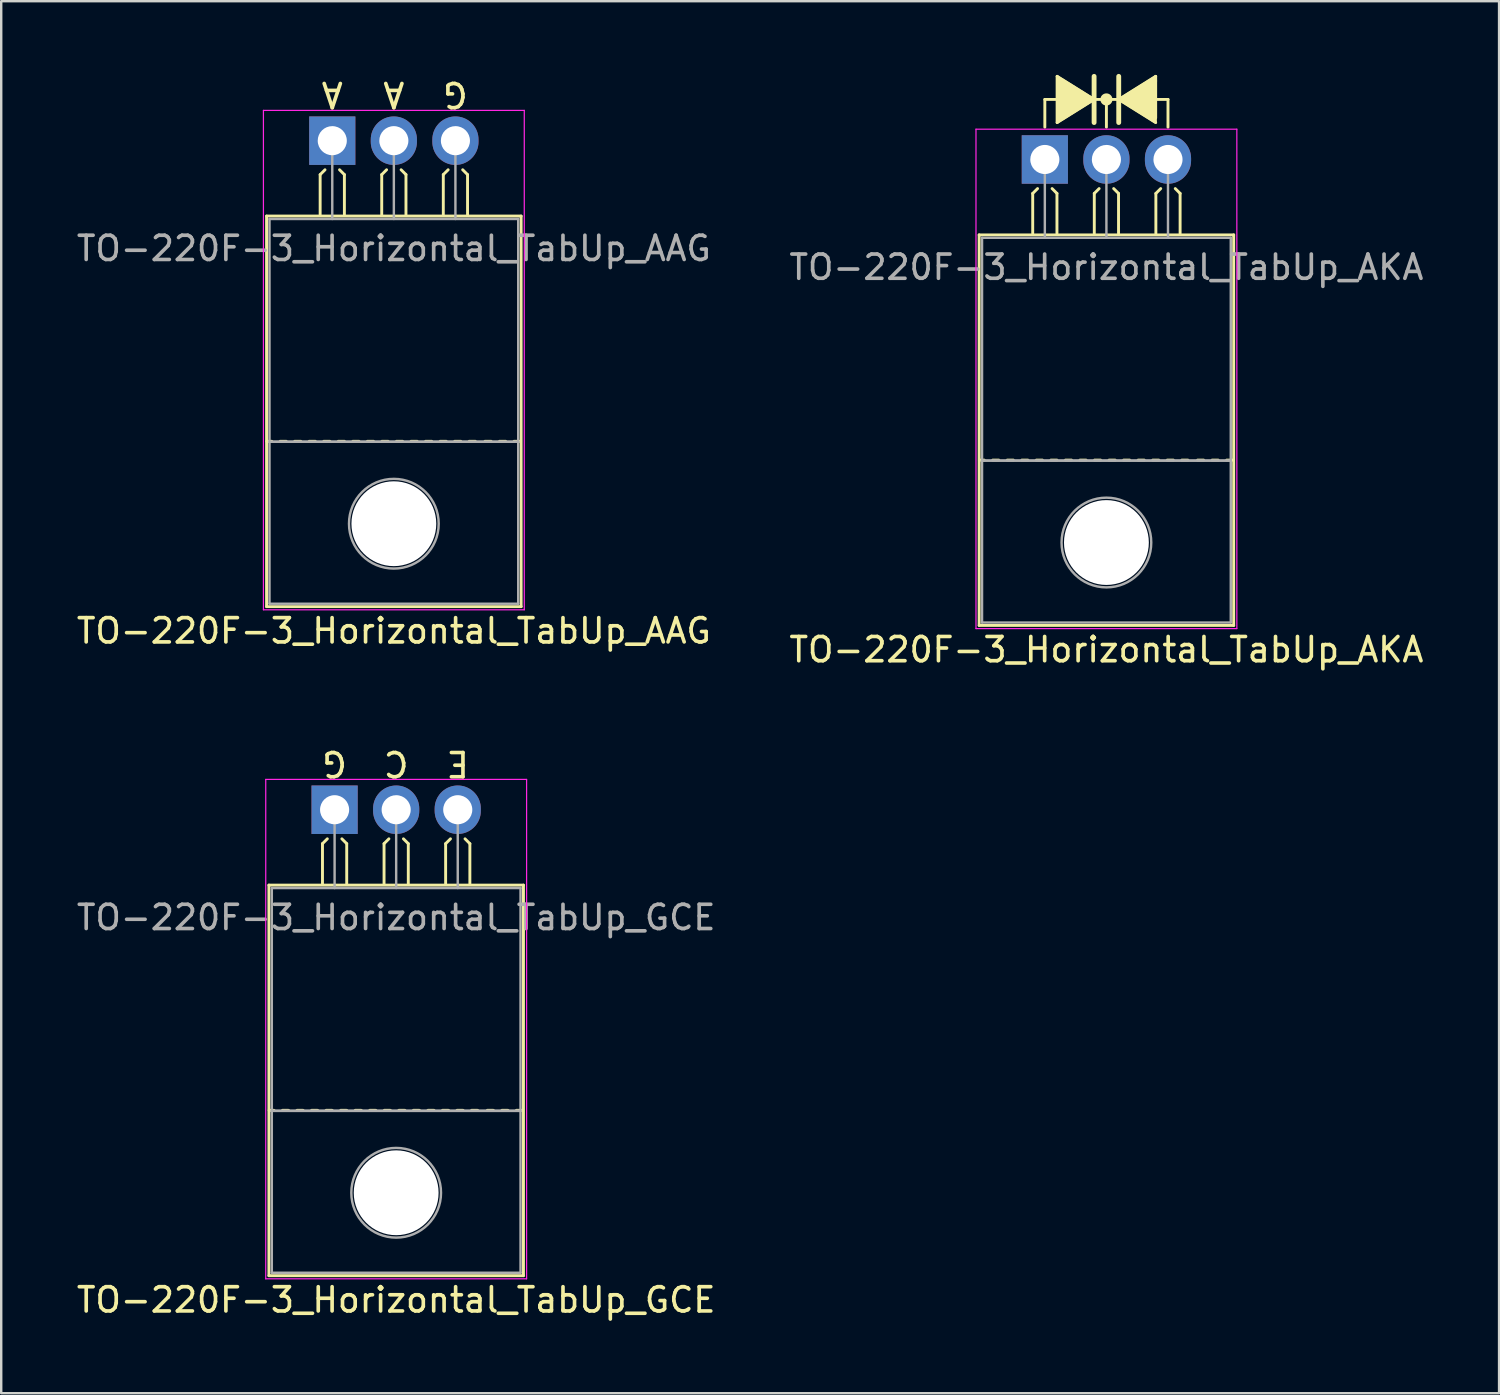
<source format=kicad_pcb>
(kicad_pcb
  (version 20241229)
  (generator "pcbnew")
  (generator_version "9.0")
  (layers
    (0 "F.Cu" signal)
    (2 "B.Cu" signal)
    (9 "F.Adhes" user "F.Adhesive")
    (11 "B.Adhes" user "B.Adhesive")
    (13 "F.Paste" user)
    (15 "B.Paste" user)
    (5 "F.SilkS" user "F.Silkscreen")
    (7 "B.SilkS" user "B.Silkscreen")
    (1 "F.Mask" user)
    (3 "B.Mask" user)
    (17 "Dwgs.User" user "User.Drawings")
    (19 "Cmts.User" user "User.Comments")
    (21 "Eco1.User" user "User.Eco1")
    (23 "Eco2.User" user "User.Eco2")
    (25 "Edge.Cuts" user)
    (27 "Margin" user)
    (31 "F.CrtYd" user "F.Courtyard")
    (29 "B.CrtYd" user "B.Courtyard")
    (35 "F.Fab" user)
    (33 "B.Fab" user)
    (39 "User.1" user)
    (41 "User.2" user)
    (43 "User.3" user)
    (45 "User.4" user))
  (footprint "TO-220F-3_Horizontal_TabUp_AAG"
    (layer "F.Cu")
    (at 10.656 2.753)
    (property "Reference" "TO-220F-3_Horizontal_TabUp_AAG" (at 2.54 20.22 0) (layer "F.SilkS") (effects (font (size 1 1) (thickness 0.15))))
    (fp_line (start -2.71 19.22) (end -2.71 3.11) (stroke (width 0.12) (type solid)) (layer "F.SilkS"))
    (fp_line (start -2.5 12.4) (end -2.7 12.4) (stroke (width 0.12) (type solid)) (layer "F.SilkS"))
    (fp_line (start -1.9 12.4) (end -2.15 12.4) (stroke (width 0.12) (type solid)) (layer "F.SilkS"))
    (fp_line (start -1.3 12.4) (end -1.55 12.4) (stroke (width 0.12) (type solid)) (layer "F.SilkS"))
    (fp_line (start -0.7 12.4) (end -0.95 12.4) (stroke (width 0.12) (type solid)) (layer "F.SilkS"))
    (fp_line (start -0.5 1.4) (end -0.3 1.2) (stroke (width 0.12) (type solid)) (layer "F.SilkS"))
    (fp_line (start -0.5 3.048) (end -0.5 1.4) (stroke (width 0.12) (type solid)) (layer "F.SilkS"))
    (fp_line (start -0.1 12.4) (end -0.35 12.4) (stroke (width 0.12) (type solid)) (layer "F.SilkS"))
    (fp_line (start 0.5 1.4) (end 0.3 1.2) (stroke (width 0.12) (type solid)) (layer "F.SilkS"))
    (fp_line (start 0.5 3.048) (end 0.5 1.4) (stroke (width 0.12) (type solid)) (layer "F.SilkS"))
    (fp_line (start 0.5 12.4) (end 0.25 12.4) (stroke (width 0.12) (type solid)) (layer "F.SilkS"))
    (fp_line (start 1.1 12.4) (end 0.85 12.4) (stroke (width 0.12) (type solid)) (layer "F.SilkS"))
    (fp_line (start 1.7 12.4) (end 1.45 12.4) (stroke (width 0.12) (type solid)) (layer "F.SilkS"))
    (fp_line (start 2.04 1.4) (end 2.24 1.2) (stroke (width 0.12) (type solid)) (layer "F.SilkS"))
    (fp_line (start 2.04 3.048) (end 2.04 1.4) (stroke (width 0.12) (type solid)) (layer "F.SilkS"))
    (fp_line (start 2.3 12.4) (end 2.05 12.4) (stroke (width 0.12) (type solid)) (layer "F.SilkS"))
    (fp_line (start 2.9 12.4) (end 2.65 12.4) (stroke (width 0.12) (type solid)) (layer "F.SilkS"))
    (fp_line (start 3.04 1.4) (end 2.84 1.2) (stroke (width 0.12) (type solid)) (layer "F.SilkS"))
    (fp_line (start 3.04 3.048) (end 3.04 1.4) (stroke (width 0.12) (type solid)) (layer "F.SilkS"))
    (fp_line (start 3.5 12.4) (end 3.25 12.4) (stroke (width 0.12) (type solid)) (layer "F.SilkS"))
    (fp_line (start 4.1 12.4) (end 3.85 12.4) (stroke (width 0.12) (type solid)) (layer "F.SilkS"))
    (fp_line (start 4.58 1.4) (end 4.78 1.2) (stroke (width 0.12) (type solid)) (layer "F.SilkS"))
    (fp_line (start 4.58 3.048) (end 4.58 1.4) (stroke (width 0.12) (type solid)) (layer "F.SilkS"))
    (fp_line (start 4.7 12.4) (end 4.45 12.4) (stroke (width 0.12) (type solid)) (layer "F.SilkS"))
    (fp_line (start 5.3 12.4) (end 5.05 12.4) (stroke (width 0.12) (type solid)) (layer "F.SilkS"))
    (fp_line (start 5.58 1.4) (end 5.38 1.2) (stroke (width 0.12) (type solid)) (layer "F.SilkS"))
    (fp_line (start 5.58 3.048) (end 5.58 1.4) (stroke (width 0.12) (type solid)) (layer "F.SilkS"))
    (fp_line (start 5.9 12.4) (end 5.65 12.4) (stroke (width 0.12) (type solid)) (layer "F.SilkS"))
    (fp_line (start 6.55 12.4) (end 6.3 12.4) (stroke (width 0.12) (type solid)) (layer "F.SilkS"))
    (fp_line (start 7.15 12.4) (end 6.9 12.4) (stroke (width 0.12) (type solid)) (layer "F.SilkS"))
    (fp_line (start 7.75 12.4) (end 7.5 12.4) (stroke (width 0.12) (type solid)) (layer "F.SilkS"))
    (fp_line (start 7.79 3.11) (end -2.71 3.11) (stroke (width 0.12) (type solid)) (layer "F.SilkS"))
    (fp_line (start 7.79 19.22) (end -2.71 19.22) (stroke (width 0.12) (type solid)) (layer "F.SilkS"))
    (fp_line (start 7.79 19.22) (end 7.79 3.11) (stroke (width 0.12) (type solid)) (layer "F.SilkS"))
    (fp_line (start -2.84 -1.25) (end -2.84 19.35) (stroke (width 0.05) (type solid)) (layer "F.CrtYd"))
    (fp_line (start -2.84 19.35) (end 7.92 19.35) (stroke (width 0.05) (type solid)) (layer "F.CrtYd"))
    (fp_line (start 7.92 -1.25) (end -2.84 -1.25) (stroke (width 0.05) (type solid)) (layer "F.CrtYd"))
    (fp_line (start 7.92 19.35) (end 7.92 -1.25) (stroke (width 0.05) (type solid)) (layer "F.CrtYd"))
    (fp_line (start -2.59 3.23) (end -2.59 12.42) (stroke (width 0.1) (type solid)) (layer "F.Fab"))
    (fp_line (start -2.59 12.42) (end -2.59 19.1) (stroke (width 0.1) (type solid)) (layer "F.Fab"))
    (fp_line (start -2.59 12.42) (end 7.67 12.42) (stroke (width 0.1) (type solid)) (layer "F.Fab"))
    (fp_line (start -2.59 19.1) (end 7.67 19.1) (stroke (width 0.1) (type solid)) (layer "F.Fab"))
    (fp_line (start 0 3.23) (end 0 0) (stroke (width 0.1) (type solid)) (layer "F.Fab"))
    (fp_line (start 2.54 3.23) (end 2.54 0) (stroke (width 0.1) (type solid)) (layer "F.Fab"))
    (fp_line (start 5.08 3.23) (end 5.08 0) (stroke (width 0.1) (type solid)) (layer "F.Fab"))
    (fp_line (start 7.67 3.23) (end -2.59 3.23) (stroke (width 0.1) (type solid)) (layer "F.Fab"))
    (fp_line (start 7.67 12.42) (end -2.59 12.42) (stroke (width 0.1) (type solid)) (layer "F.Fab"))
    (fp_line (start 7.67 12.42) (end 7.67 3.23) (stroke (width 0.1) (type solid)) (layer "F.Fab"))
    (fp_line (start 7.67 19.1) (end 7.67 12.42) (stroke (width 0.1) (type solid)) (layer "F.Fab"))
    (fp_circle (center 2.54 15.8) (end 4.39 15.8) (stroke (width 0.1) (type solid)) (fill no) (layer "F.Fab"))
    (fp_text user "G" (at 5.08 -1.905 180) (unlocked yes) (layer "F.SilkS") (effects (font (size 1 1) (thickness 0.15))))
    (fp_text user "A" (at 0 -1.905 180) (unlocked yes) (layer "F.SilkS") (effects (font (size 1 1) (thickness 0.15))))
    (fp_text user "A" (at 2.54 -1.905 180) (unlocked yes) (layer "F.SilkS") (effects (font (size 1 1) (thickness 0.15))))
    (fp_text user "${REFERENCE}" (at 2.54 4.445 0) (layer "F.Fab") (effects (font (size 1 1) (thickness 0.15))))
    (pad "" np_thru_hole oval (at 2.54 15.8) (size 3.5 3.5) (drill 3.5) (layers "*.Cu" "*.Mask"))
    (pad "1" thru_hole rect (at 0 0) (size 1.905 2) (drill 1.2) (layers "*.Cu" "*.Mask"))
    (pad "2" thru_hole oval (at 2.54 0) (size 1.905 2) (drill 1.2) (layers "*.Cu" "*.Mask"))
    (pad "3" thru_hole oval (at 5.08 0) (size 1.905 2) (drill 1.2) (layers "*.Cu" "*.Mask")))
  (footprint "TO-220F-3_Horizontal_TabUp_AKA"
    (layer "F.Cu")
    (at 40.049 3.529)
    (property "Reference" "TO-220F-3_Horizontal_TabUp_AKA" (at 2.54 20.22 0) (layer "F.SilkS") (effects (font (size 1 1) (thickness 0.15))))
    (attr through_hole)
    (fp_line (start -2.71 19.22) (end -2.71 3.11) (stroke (width 0.12) (type solid)) (layer "F.SilkS"))
    (fp_line (start -2.5 12.4) (end -2.7 12.4) (stroke (width 0.12) (type solid)) (layer "F.SilkS"))
    (fp_line (start -1.9 12.4) (end -2.15 12.4) (stroke (width 0.12) (type solid)) (layer "F.SilkS"))
    (fp_line (start -1.3 12.4) (end -1.55 12.4) (stroke (width 0.12) (type solid)) (layer "F.SilkS"))
    (fp_line (start -0.7 12.4) (end -0.95 12.4) (stroke (width 0.12) (type solid)) (layer "F.SilkS"))
    (fp_line (start -0.5 1.4) (end -0.3 1.2) (stroke (width 0.12) (type solid)) (layer "F.SilkS"))
    (fp_line (start -0.5 3.048) (end -0.5 1.4) (stroke (width 0.12) (type solid)) (layer "F.SilkS"))
    (fp_line (start -0.1 12.4) (end -0.35 12.4) (stroke (width 0.12) (type solid)) (layer "F.SilkS"))
    (fp_line (start 0 -2.477) (end 0.508 -2.477) (stroke (width 0.12) (type solid)) (layer "F.SilkS"))
    (fp_line (start 0 -1.333) (end 0 -2.477) (stroke (width 0.12) (type solid)) (layer "F.SilkS"))
    (fp_line (start 0.5 1.4) (end 0.3 1.2) (stroke (width 0.12) (type solid)) (layer "F.SilkS"))
    (fp_line (start 0.5 3.048) (end 0.5 1.4) (stroke (width 0.12) (type solid)) (layer "F.SilkS"))
    (fp_line (start 0.5 12.4) (end 0.25 12.4) (stroke (width 0.12) (type solid)) (layer "F.SilkS"))
    (fp_line (start 0.508 -3.429) (end 0.508 -1.524) (stroke (width 0.12) (type solid)) (layer "F.SilkS"))
    (fp_line (start 0.508 -1.524) (end 2.032 -2.477) (stroke (width 0.12) (type solid)) (layer "F.SilkS"))
    (fp_line (start 1.1 12.4) (end 0.85 12.4) (stroke (width 0.12) (type solid)) (layer "F.SilkS"))
    (fp_line (start 1.7 12.4) (end 1.45 12.4) (stroke (width 0.12) (type solid)) (layer "F.SilkS"))
    (fp_line (start 2.032 -2.477) (end 0.508 -3.429) (stroke (width 0.12) (type solid)) (layer "F.SilkS"))
    (fp_line (start 2.032 -1.524) (end 2.032 -3.429) (stroke (width 0.2) (type solid)) (layer "F.SilkS"))
    (fp_line (start 2.04 1.4) (end 2.24 1.2) (stroke (width 0.12) (type solid)) (layer "F.SilkS"))
    (fp_line (start 2.04 3.048) (end 2.04 1.4) (stroke (width 0.12) (type solid)) (layer "F.SilkS"))
    (fp_line (start 2.3 12.4) (end 2.05 12.4) (stroke (width 0.12) (type solid)) (layer "F.SilkS"))
    (fp_line (start 2.54 -2.477) (end 2.032 -2.477) (stroke (width 0.12) (type solid)) (layer "F.SilkS"))
    (fp_line (start 2.54 -2.477) (end 3.048 -2.477) (stroke (width 0.12) (type solid)) (layer "F.SilkS"))
    (fp_line (start 2.54 -1.333) (end 2.54 -2.477) (stroke (width 0.12) (type solid)) (layer "F.SilkS"))
    (fp_line (start 2.9 12.4) (end 2.65 12.4) (stroke (width 0.12) (type solid)) (layer "F.SilkS"))
    (fp_line (start 3.04 1.4) (end 2.84 1.2) (stroke (width 0.12) (type solid)) (layer "F.SilkS"))
    (fp_line (start 3.04 3.048) (end 3.04 1.4) (stroke (width 0.12) (type solid)) (layer "F.SilkS"))
    (fp_line (start 3.048 -3.429) (end 3.048 -1.524) (stroke (width 0.2) (type solid)) (layer "F.SilkS"))
    (fp_line (start 3.048 -2.477) (end 4.572 -3.429) (stroke (width 0.12) (type solid)) (layer "F.SilkS"))
    (fp_line (start 3.048 -2.477) (end 4.572 -1.524) (stroke (width 0.12) (type solid)) (layer "F.SilkS"))
    (fp_line (start 3.5 12.4) (end 3.25 12.4) (stroke (width 0.12) (type solid)) (layer "F.SilkS"))
    (fp_line (start 4.1 12.4) (end 3.85 12.4) (stroke (width 0.12) (type solid)) (layer "F.SilkS"))
    (fp_line (start 4.572 -3.239) (end 4.572 -3.429) (stroke (width 0.12) (type solid)) (layer "F.SilkS"))
    (fp_line (start 4.572 -1.714) (end 4.572 -3.239) (stroke (width 0.12) (type solid)) (layer "F.SilkS"))
    (fp_line (start 4.58 1.4) (end 4.78 1.2) (stroke (width 0.12) (type solid)) (layer "F.SilkS"))
    (fp_line (start 4.58 3.048) (end 4.58 1.4) (stroke (width 0.12) (type solid)) (layer "F.SilkS"))
    (fp_line (start 4.7 12.4) (end 4.45 12.4) (stroke (width 0.12) (type solid)) (layer "F.SilkS"))
    (fp_line (start 5.08 -2.477) (end 4.572 -2.477) (stroke (width 0.12) (type solid)) (layer "F.SilkS"))
    (fp_line (start 5.08 -1.333) (end 5.08 -2.477) (stroke (width 0.12) (type solid)) (layer "F.SilkS"))
    (fp_line (start 5.3 12.4) (end 5.05 12.4) (stroke (width 0.12) (type solid)) (layer "F.SilkS"))
    (fp_line (start 5.58 1.4) (end 5.38 1.2) (stroke (width 0.12) (type solid)) (layer "F.SilkS"))
    (fp_line (start 5.58 3.048) (end 5.58 1.4) (stroke (width 0.12) (type solid)) (layer "F.SilkS"))
    (fp_line (start 5.9 12.4) (end 5.65 12.4) (stroke (width 0.12) (type solid)) (layer "F.SilkS"))
    (fp_line (start 6.55 12.4) (end 6.3 12.4) (stroke (width 0.12) (type solid)) (layer "F.SilkS"))
    (fp_line (start 7.15 12.4) (end 6.9 12.4) (stroke (width 0.12) (type solid)) (layer "F.SilkS"))
    (fp_line (start 7.75 12.4) (end 7.5 12.4) (stroke (width 0.12) (type solid)) (layer "F.SilkS"))
    (fp_line (start 7.79 3.11) (end -2.71 3.11) (stroke (width 0.12) (type solid)) (layer "F.SilkS"))
    (fp_line (start 7.79 19.22) (end -2.71 19.22) (stroke (width 0.12) (type solid)) (layer "F.SilkS"))
    (fp_line (start 7.79 19.22) (end 7.79 3.11) (stroke (width 0.12) (type solid)) (layer "F.SilkS"))
    (fp_circle (center 2.54 -2.477) (end 2.54 -2.667) (stroke (width 0.12) (type solid)) (fill no) (layer "F.SilkS"))
    (fp_circle (center 2.54 -2.477) (end 2.54 -2.603) (stroke (width 0.12) (type solid)) (fill no) (layer "F.SilkS"))
    (fp_circle (center 2.54 -2.477) (end 2.54 -2.54) (stroke (width 0.12) (type solid)) (fill no) (layer "F.SilkS"))
    (fp_poly (pts (xy 0.508 -3.429) (xy 2.032 -2.477) (xy 0.508 -1.524)) (stroke (width 0.1) (type solid)) (fill yes) (layer "F.SilkS"))
    (fp_poly (pts (xy 3.048 -2.477) (xy 4.572 -3.429) (xy 4.572 -1.524)) (stroke (width 0.1) (type solid)) (fill yes) (layer "F.SilkS"))
    (fp_line (start -2.84 -1.25) (end -2.84 19.35) (stroke (width 0.05) (type solid)) (layer "F.CrtYd"))
    (fp_line (start -2.84 19.35) (end 7.92 19.35) (stroke (width 0.05) (type solid)) (layer "F.CrtYd"))
    (fp_line (start 7.92 -1.25) (end -2.84 -1.25) (stroke (width 0.05) (type solid)) (layer "F.CrtYd"))
    (fp_line (start 7.92 19.35) (end 7.92 -1.25) (stroke (width 0.05) (type solid)) (layer "F.CrtYd"))
    (fp_line (start -2.59 3.23) (end -2.59 12.42) (stroke (width 0.1) (type solid)) (layer "F.Fab"))
    (fp_line (start -2.59 12.42) (end -2.59 19.1) (stroke (width 0.1) (type solid)) (layer "F.Fab"))
    (fp_line (start -2.59 12.42) (end 7.67 12.42) (stroke (width 0.1) (type solid)) (layer "F.Fab"))
    (fp_line (start -2.59 19.1) (end 7.67 19.1) (stroke (width 0.1) (type solid)) (layer "F.Fab"))
    (fp_line (start 0 3.23) (end 0 0) (stroke (width 0.1) (type solid)) (layer "F.Fab"))
    (fp_line (start 2.54 3.23) (end 2.54 0) (stroke (width 0.1) (type solid)) (layer "F.Fab"))
    (fp_line (start 5.08 3.23) (end 5.08 0) (stroke (width 0.1) (type solid)) (layer "F.Fab"))
    (fp_line (start 7.67 3.23) (end -2.59 3.23) (stroke (width 0.1) (type solid)) (layer "F.Fab"))
    (fp_line (start 7.67 12.42) (end -2.59 12.42) (stroke (width 0.1) (type solid)) (layer "F.Fab"))
    (fp_line (start 7.67 12.42) (end 7.67 3.23) (stroke (width 0.1) (type solid)) (layer "F.Fab"))
    (fp_line (start 7.67 19.1) (end 7.67 12.42) (stroke (width 0.1) (type solid)) (layer "F.Fab"))
    (fp_circle (center 2.54 15.8) (end 4.39 15.8) (stroke (width 0.1) (type solid)) (fill no) (layer "F.Fab"))
    (fp_text user "${REFERENCE}" (at 2.54 4.445 0) (layer "F.Fab") (effects (font (size 1 1) (thickness 0.15))))
    (pad "" np_thru_hole oval (at 2.54 15.8) (size 3.5 3.5) (drill 3.5) (layers "*.Cu" "*.Mask"))
    (pad "1" thru_hole rect (at 0 0) (size 1.905 2) (drill 1.2) (layers "*.Cu" "*.Mask"))
    (pad "2" thru_hole oval (at 2.54 0) (size 1.905 2) (drill 1.2) (layers "*.Cu" "*.Mask"))
    (pad "3" thru_hole oval (at 5.08 0) (size 1.905 2) (drill 1.2) (layers "*.Cu" "*.Mask")))
  (footprint "TO-220F-3_Horizontal_TabUp_GCE"
    (layer "F.Cu")
    (at 10.752 30.351)
    (property "Reference" "TO-220F-3_Horizontal_TabUp_GCE" (at 2.54 20.22 0) (layer "F.SilkS") (effects (font (size 1 1) (thickness 0.15))))
    (fp_line (start -2.71 19.22) (end -2.71 3.11) (stroke (width 0.12) (type solid)) (layer "F.SilkS"))
    (fp_line (start -2.5 12.4) (end -2.7 12.4) (stroke (width 0.12) (type solid)) (layer "F.SilkS"))
    (fp_line (start -1.9 12.4) (end -2.15 12.4) (stroke (width 0.12) (type solid)) (layer "F.SilkS"))
    (fp_line (start -1.3 12.4) (end -1.55 12.4) (stroke (width 0.12) (type solid)) (layer "F.SilkS"))
    (fp_line (start -0.7 12.4) (end -0.95 12.4) (stroke (width 0.12) (type solid)) (layer "F.SilkS"))
    (fp_line (start -0.5 1.4) (end -0.3 1.2) (stroke (width 0.12) (type solid)) (layer "F.SilkS"))
    (fp_line (start -0.5 3.048) (end -0.5 1.4) (stroke (width 0.12) (type solid)) (layer "F.SilkS"))
    (fp_line (start -0.1 12.4) (end -0.35 12.4) (stroke (width 0.12) (type solid)) (layer "F.SilkS"))
    (fp_line (start 0.5 1.4) (end 0.3 1.2) (stroke (width 0.12) (type solid)) (layer "F.SilkS"))
    (fp_line (start 0.5 3.048) (end 0.5 1.4) (stroke (width 0.12) (type solid)) (layer "F.SilkS"))
    (fp_line (start 0.5 12.4) (end 0.25 12.4) (stroke (width 0.12) (type solid)) (layer "F.SilkS"))
    (fp_line (start 1.1 12.4) (end 0.85 12.4) (stroke (width 0.12) (type solid)) (layer "F.SilkS"))
    (fp_line (start 1.7 12.4) (end 1.45 12.4) (stroke (width 0.12) (type solid)) (layer "F.SilkS"))
    (fp_line (start 2.04 1.4) (end 2.24 1.2) (stroke (width 0.12) (type solid)) (layer "F.SilkS"))
    (fp_line (start 2.04 3.048) (end 2.04 1.4) (stroke (width 0.12) (type solid)) (layer "F.SilkS"))
    (fp_line (start 2.3 12.4) (end 2.05 12.4) (stroke (width 0.12) (type solid)) (layer "F.SilkS"))
    (fp_line (start 2.9 12.4) (end 2.65 12.4) (stroke (width 0.12) (type solid)) (layer "F.SilkS"))
    (fp_line (start 3.04 1.4) (end 2.84 1.2) (stroke (width 0.12) (type solid)) (layer "F.SilkS"))
    (fp_line (start 3.04 3.048) (end 3.04 1.4) (stroke (width 0.12) (type solid)) (layer "F.SilkS"))
    (fp_line (start 3.5 12.4) (end 3.25 12.4) (stroke (width 0.12) (type solid)) (layer "F.SilkS"))
    (fp_line (start 4.1 12.4) (end 3.85 12.4) (stroke (width 0.12) (type solid)) (layer "F.SilkS"))
    (fp_line (start 4.58 1.4) (end 4.78 1.2) (stroke (width 0.12) (type solid)) (layer "F.SilkS"))
    (fp_line (start 4.58 3.048) (end 4.58 1.4) (stroke (width 0.12) (type solid)) (layer "F.SilkS"))
    (fp_line (start 4.7 12.4) (end 4.45 12.4) (stroke (width 0.12) (type solid)) (layer "F.SilkS"))
    (fp_line (start 5.3 12.4) (end 5.05 12.4) (stroke (width 0.12) (type solid)) (layer "F.SilkS"))
    (fp_line (start 5.58 1.4) (end 5.38 1.2) (stroke (width 0.12) (type solid)) (layer "F.SilkS"))
    (fp_line (start 5.58 3.048) (end 5.58 1.4) (stroke (width 0.12) (type solid)) (layer "F.SilkS"))
    (fp_line (start 5.9 12.4) (end 5.65 12.4) (stroke (width 0.12) (type solid)) (layer "F.SilkS"))
    (fp_line (start 6.55 12.4) (end 6.3 12.4) (stroke (width 0.12) (type solid)) (layer "F.SilkS"))
    (fp_line (start 7.15 12.4) (end 6.9 12.4) (stroke (width 0.12) (type solid)) (layer "F.SilkS"))
    (fp_line (start 7.75 12.4) (end 7.5 12.4) (stroke (width 0.12) (type solid)) (layer "F.SilkS"))
    (fp_line (start 7.79 3.11) (end -2.71 3.11) (stroke (width 0.12) (type solid)) (layer "F.SilkS"))
    (fp_line (start 7.79 19.22) (end -2.71 19.22) (stroke (width 0.12) (type solid)) (layer "F.SilkS"))
    (fp_line (start 7.79 19.22) (end 7.79 3.11) (stroke (width 0.12) (type solid)) (layer "F.SilkS"))
    (fp_line (start -2.84 -1.25) (end -2.84 19.35) (stroke (width 0.05) (type solid)) (layer "F.CrtYd"))
    (fp_line (start -2.84 19.35) (end 7.92 19.35) (stroke (width 0.05) (type solid)) (layer "F.CrtYd"))
    (fp_line (start 7.92 -1.25) (end -2.84 -1.25) (stroke (width 0.05) (type solid)) (layer "F.CrtYd"))
    (fp_line (start 7.92 19.35) (end 7.92 -1.25) (stroke (width 0.05) (type solid)) (layer "F.CrtYd"))
    (fp_line (start -2.59 3.23) (end -2.59 12.42) (stroke (width 0.1) (type solid)) (layer "F.Fab"))
    (fp_line (start -2.59 12.42) (end -2.59 19.1) (stroke (width 0.1) (type solid)) (layer "F.Fab"))
    (fp_line (start -2.59 12.42) (end 7.67 12.42) (stroke (width 0.1) (type solid)) (layer "F.Fab"))
    (fp_line (start -2.59 19.1) (end 7.67 19.1) (stroke (width 0.1) (type solid)) (layer "F.Fab"))
    (fp_line (start 0 3.23) (end 0 0) (stroke (width 0.1) (type solid)) (layer "F.Fab"))
    (fp_line (start 2.54 3.23) (end 2.54 0) (stroke (width 0.1) (type solid)) (layer "F.Fab"))
    (fp_line (start 5.08 3.23) (end 5.08 0) (stroke (width 0.1) (type solid)) (layer "F.Fab"))
    (fp_line (start 7.67 3.23) (end -2.59 3.23) (stroke (width 0.1) (type solid)) (layer "F.Fab"))
    (fp_line (start 7.67 12.42) (end -2.59 12.42) (stroke (width 0.1) (type solid)) (layer "F.Fab"))
    (fp_line (start 7.67 12.42) (end 7.67 3.23) (stroke (width 0.1) (type solid)) (layer "F.Fab"))
    (fp_line (start 7.67 19.1) (end 7.67 12.42) (stroke (width 0.1) (type solid)) (layer "F.Fab"))
    (fp_circle (center 2.54 15.8) (end 4.39 15.8) (stroke (width 0.1) (type solid)) (fill no) (layer "F.Fab"))
    (fp_text user "G" (at 0 -1.905 180) (unlocked yes) (layer "F.SilkS") (effects (font (size 1 1) (thickness 0.15))))
    (fp_text user "C" (at 2.54 -1.905 180) (unlocked yes) (layer "F.SilkS") (effects (font (size 1 1) (thickness 0.15))))
    (fp_text user "E" (at 5.08 -1.905 180) (unlocked yes) (layer "F.SilkS") (effects (font (size 1 1) (thickness 0.15))))
    (fp_text user "${REFERENCE}" (at 2.54 4.445 0) (layer "F.Fab") (effects (font (size 1 1) (thickness 0.15))))
    (pad "" np_thru_hole oval (at 2.54 15.8) (size 3.5 3.5) (drill 3.5) (layers "*.Cu" "*.Mask"))
    (pad "1" thru_hole rect (at 0 0) (size 1.905 2) (drill 1.2) (layers "*.Cu" "*.Mask"))
    (pad "2" thru_hole oval (at 2.54 0) (size 1.905 2) (drill 1.2) (layers "*.Cu" "*.Mask"))
    (pad "3" thru_hole oval (at 5.08 0) (size 1.905 2) (drill 1.2) (layers "*.Cu" "*.Mask")))
  (gr_rect
    (start -3 -3)
    (end 58.786 54.419)
    (stroke (width 0.1) (type default))
    (fill no)
    (layer "Edge.Cuts")))
</source>
